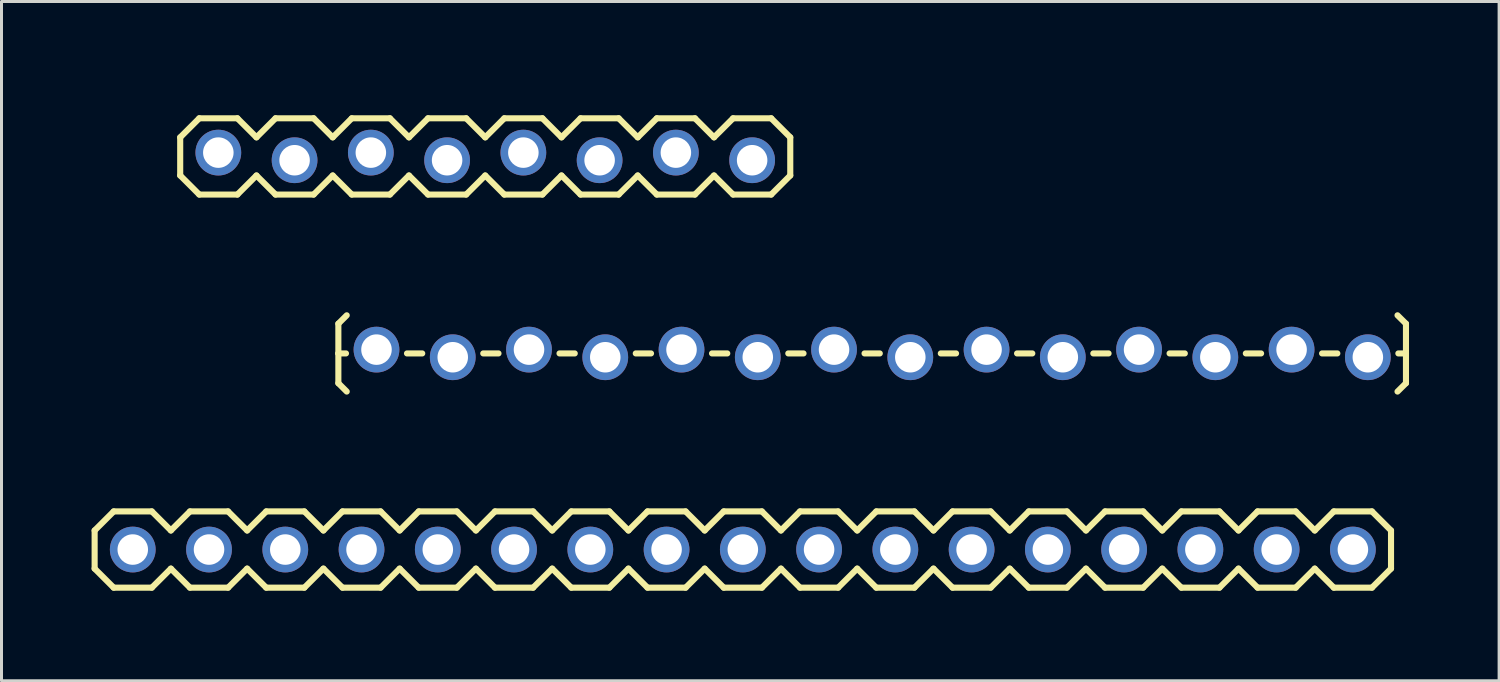
<source format=kicad_pcb>
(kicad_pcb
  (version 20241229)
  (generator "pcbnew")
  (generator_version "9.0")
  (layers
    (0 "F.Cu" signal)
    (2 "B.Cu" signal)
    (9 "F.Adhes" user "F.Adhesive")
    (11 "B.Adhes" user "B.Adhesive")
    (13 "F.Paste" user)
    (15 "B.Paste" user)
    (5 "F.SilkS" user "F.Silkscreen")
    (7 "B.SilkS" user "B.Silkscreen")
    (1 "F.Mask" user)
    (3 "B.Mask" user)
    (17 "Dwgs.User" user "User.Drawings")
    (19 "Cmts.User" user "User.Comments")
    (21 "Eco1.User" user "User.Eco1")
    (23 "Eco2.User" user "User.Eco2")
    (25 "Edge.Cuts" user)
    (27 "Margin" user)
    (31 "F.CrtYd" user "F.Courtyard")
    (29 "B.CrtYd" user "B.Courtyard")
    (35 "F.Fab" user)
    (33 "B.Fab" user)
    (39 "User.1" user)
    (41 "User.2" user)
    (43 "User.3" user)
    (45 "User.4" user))
  (footprint "1X08_LOCK"
    (layer "F.Cu")
    (at 4.222 2.16)
    (property "Reference" "1X08_LOCK" (at 1.194 -1.194 0) (layer "Eco1.User") (effects (font (size 1.27 1.27) (thickness 0.127))))
    (attr through_hole)
    (fp_line (start -1.27 -0.635) (end -1.27 0.635) (stroke (width 0.203) (type solid)) (layer "F.SilkS"))
    (fp_line (start -1.27 0.635) (end -0.635 1.27) (stroke (width 0.203) (type solid)) (layer "F.SilkS"))
    (fp_line (start -0.635 -1.27) (end -1.27 -0.635) (stroke (width 0.203) (type solid)) (layer "F.SilkS"))
    (fp_line (start -0.635 -1.27) (end 0.635 -1.27) (stroke (width 0.203) (type solid)) (layer "F.SilkS"))
    (fp_line (start 0.635 -1.27) (end 1.27 -0.635) (stroke (width 0.203) (type solid)) (layer "F.SilkS"))
    (fp_line (start 0.635 1.27) (end -0.635 1.27) (stroke (width 0.203) (type solid)) (layer "F.SilkS"))
    (fp_line (start 1.27 -0.635) (end 1.905 -1.27) (stroke (width 0.203) (type solid)) (layer "F.SilkS"))
    (fp_line (start 1.27 0.635) (end 0.635 1.27) (stroke (width 0.203) (type solid)) (layer "F.SilkS"))
    (fp_line (start 1.905 -1.27) (end 3.175 -1.27) (stroke (width 0.203) (type solid)) (layer "F.SilkS"))
    (fp_line (start 1.905 1.27) (end 1.27 0.635) (stroke (width 0.203) (type solid)) (layer "F.SilkS"))
    (fp_line (start 3.175 -1.27) (end 3.81 -0.635) (stroke (width 0.203) (type solid)) (layer "F.SilkS"))
    (fp_line (start 3.175 1.27) (end 1.905 1.27) (stroke (width 0.203) (type solid)) (layer "F.SilkS"))
    (fp_line (start 3.81 -0.635) (end 4.445 -1.27) (stroke (width 0.203) (type solid)) (layer "F.SilkS"))
    (fp_line (start 3.81 0.635) (end 3.175 1.27) (stroke (width 0.203) (type solid)) (layer "F.SilkS"))
    (fp_line (start 4.445 -1.27) (end 5.715 -1.27) (stroke (width 0.203) (type solid)) (layer "F.SilkS"))
    (fp_line (start 4.445 1.27) (end 3.81 0.635) (stroke (width 0.203) (type solid)) (layer "F.SilkS"))
    (fp_line (start 5.715 -1.27) (end 6.35 -0.635) (stroke (width 0.203) (type solid)) (layer "F.SilkS"))
    (fp_line (start 5.715 1.27) (end 4.445 1.27) (stroke (width 0.203) (type solid)) (layer "F.SilkS"))
    (fp_line (start 6.35 0.635) (end 5.715 1.27) (stroke (width 0.203) (type solid)) (layer "F.SilkS"))
    (fp_line (start 6.35 0.635) (end 6.985 1.27) (stroke (width 0.203) (type solid)) (layer "F.SilkS"))
    (fp_line (start 6.985 -1.27) (end 6.35 -0.635) (stroke (width 0.203) (type solid)) (layer "F.SilkS"))
    (fp_line (start 6.985 -1.27) (end 8.255 -1.27) (stroke (width 0.203) (type solid)) (layer "F.SilkS"))
    (fp_line (start 8.255 -1.27) (end 8.89 -0.635) (stroke (width 0.203) (type solid)) (layer "F.SilkS"))
    (fp_line (start 8.255 1.27) (end 6.985 1.27) (stroke (width 0.203) (type solid)) (layer "F.SilkS"))
    (fp_line (start 8.89 -0.635) (end 9.525 -1.27) (stroke (width 0.203) (type solid)) (layer "F.SilkS"))
    (fp_line (start 8.89 0.635) (end 8.255 1.27) (stroke (width 0.203) (type solid)) (layer "F.SilkS"))
    (fp_line (start 9.525 -1.27) (end 10.795 -1.27) (stroke (width 0.203) (type solid)) (layer "F.SilkS"))
    (fp_line (start 9.525 1.27) (end 8.89 0.635) (stroke (width 0.203) (type solid)) (layer "F.SilkS"))
    (fp_line (start 10.795 -1.27) (end 11.43 -0.635) (stroke (width 0.203) (type solid)) (layer "F.SilkS"))
    (fp_line (start 10.795 1.27) (end 9.525 1.27) (stroke (width 0.203) (type solid)) (layer "F.SilkS"))
    (fp_line (start 11.43 -0.635) (end 12.065 -1.27) (stroke (width 0.203) (type solid)) (layer "F.SilkS"))
    (fp_line (start 11.43 0.635) (end 10.795 1.27) (stroke (width 0.203) (type solid)) (layer "F.SilkS"))
    (fp_line (start 12.065 -1.27) (end 13.335 -1.27) (stroke (width 0.203) (type solid)) (layer "F.SilkS"))
    (fp_line (start 12.065 1.27) (end 11.43 0.635) (stroke (width 0.203) (type solid)) (layer "F.SilkS"))
    (fp_line (start 13.335 -1.27) (end 13.97 -0.635) (stroke (width 0.203) (type solid)) (layer "F.SilkS"))
    (fp_line (start 13.335 1.27) (end 12.065 1.27) (stroke (width 0.203) (type solid)) (layer "F.SilkS"))
    (fp_line (start 13.97 0.635) (end 13.335 1.27) (stroke (width 0.203) (type solid)) (layer "F.SilkS"))
    (fp_line (start 13.97 0.635) (end 14.605 1.27) (stroke (width 0.203) (type solid)) (layer "F.SilkS"))
    (fp_line (start 14.605 -1.27) (end 13.97 -0.635) (stroke (width 0.203) (type solid)) (layer "F.SilkS"))
    (fp_line (start 14.605 -1.27) (end 15.875 -1.27) (stroke (width 0.203) (type solid)) (layer "F.SilkS"))
    (fp_line (start 15.875 -1.27) (end 16.51 -0.635) (stroke (width 0.203) (type solid)) (layer "F.SilkS"))
    (fp_line (start 15.875 1.27) (end 14.605 1.27) (stroke (width 0.203) (type solid)) (layer "F.SilkS"))
    (fp_line (start 16.51 0.635) (end 15.875 1.27) (stroke (width 0.203) (type solid)) (layer "F.SilkS"))
    (fp_line (start 16.51 0.635) (end 17.145 1.27) (stroke (width 0.203) (type solid)) (layer "F.SilkS"))
    (fp_line (start 17.145 -1.27) (end 16.51 -0.635) (stroke (width 0.203) (type solid)) (layer "F.SilkS"))
    (fp_line (start 17.145 -1.27) (end 18.415 -1.27) (stroke (width 0.203) (type solid)) (layer "F.SilkS"))
    (fp_line (start 18.415 -1.27) (end 19.05 -0.635) (stroke (width 0.203) (type solid)) (layer "F.SilkS"))
    (fp_line (start 18.415 1.27) (end 17.145 1.27) (stroke (width 0.203) (type solid)) (layer "F.SilkS"))
    (fp_line (start 19.05 -0.635) (end 19.05 0.635) (stroke (width 0.203) (type solid)) (layer "F.SilkS"))
    (fp_line (start 19.05 0.635) (end 18.415 1.27) (stroke (width 0.203) (type solid)) (layer "F.SilkS"))
    (pad "1" thru_hole oval (at 0 -0.127 90) (size 1.524 1.524) (drill 1.016) (layers "*.Cu" "*.Mask"))
    (pad "2" thru_hole oval (at 2.54 0.127 90) (size 1.524 1.524) (drill 1.016) (layers "*.Cu" "*.Mask"))
    (pad "3" thru_hole oval (at 5.08 -0.127 90) (size 1.524 1.524) (drill 1.016) (layers "*.Cu" "*.Mask"))
    (pad "4" thru_hole oval (at 7.62 0.127 90) (size 1.524 1.524) (drill 1.016) (layers "*.Cu" "*.Mask"))
    (pad "5" thru_hole oval (at 10.16 -0.127 90) (size 1.524 1.524) (drill 1.016) (layers "*.Cu" "*.Mask"))
    (pad "6" thru_hole oval (at 12.7 0.127 90) (size 1.524 1.524) (drill 1.016) (layers "*.Cu" "*.Mask"))
    (pad "7" thru_hole oval (at 15.24 -0.127 90) (size 1.524 1.524) (drill 1.016) (layers "*.Cu" "*.Mask"))
    (pad "8" thru_hole oval (at 17.78 0.127 90) (size 1.524 1.524) (drill 1.016) (layers "*.Cu" "*.Mask")))
  (footprint "1X14_LOCK_LONGPADS"
    (layer "F.Cu")
    (at 9.49 8.722)
    (property "Reference" "1X14_LOCK_LONGPADS" (at 1.27 -1.27 0) (layer "Eco1.User") (effects (font (size 1.27 1.27) (thickness 0.102))))
    (attr through_hole)
    (fp_line (start -1.27 -0.991) (end -0.991 -1.27) (stroke (width 0.203) (type solid)) (layer "F.SilkS"))
    (fp_line (start -1.27 0) (end -1.27 -0.991) (stroke (width 0.203) (type solid)) (layer "F.SilkS"))
    (fp_line (start -1.27 0) (end -1.27 0.991) (stroke (width 0.203) (type solid)) (layer "F.SilkS"))
    (fp_line (start -1.27 0) (end -1.016 0) (stroke (width 0.203) (type solid)) (layer "F.SilkS"))
    (fp_line (start -1.27 0.991) (end -0.991 1.27) (stroke (width 0.203) (type solid)) (layer "F.SilkS"))
    (fp_line (start 1.524 0) (end 1.016 0) (stroke (width 0.203) (type solid)) (layer "F.SilkS"))
    (fp_line (start 4.064 0) (end 3.556 0) (stroke (width 0.203) (type solid)) (layer "F.SilkS"))
    (fp_line (start 6.604 0) (end 6.096 0) (stroke (width 0.203) (type solid)) (layer "F.SilkS"))
    (fp_line (start 9.144 0) (end 8.636 0) (stroke (width 0.203) (type solid)) (layer "F.SilkS"))
    (fp_line (start 11.684 0) (end 11.176 0) (stroke (width 0.203) (type solid)) (layer "F.SilkS"))
    (fp_line (start 14.224 0) (end 13.716 0) (stroke (width 0.203) (type solid)) (layer "F.SilkS"))
    (fp_line (start 16.764 0) (end 16.256 0) (stroke (width 0.203) (type solid)) (layer "F.SilkS"))
    (fp_line (start 19.304 0) (end 18.796 0) (stroke (width 0.203) (type solid)) (layer "F.SilkS"))
    (fp_line (start 21.844 0) (end 21.336 0) (stroke (width 0.203) (type solid)) (layer "F.SilkS"))
    (fp_line (start 24.384 0) (end 23.876 0) (stroke (width 0.203) (type solid)) (layer "F.SilkS"))
    (fp_line (start 26.924 0) (end 26.416 0) (stroke (width 0.203) (type solid)) (layer "F.SilkS"))
    (fp_line (start 29.464 0) (end 28.956 0) (stroke (width 0.203) (type solid)) (layer "F.SilkS"))
    (fp_line (start 32.004 0) (end 31.496 0) (stroke (width 0.203) (type solid)) (layer "F.SilkS"))
    (fp_line (start 34.29 -0.991) (end 34.008 -1.27) (stroke (width 0.203) (type solid)) (layer "F.SilkS"))
    (fp_line (start 34.29 0) (end 34.036 0) (stroke (width 0.203) (type solid)) (layer "F.SilkS"))
    (fp_line (start 34.29 0) (end 34.29 -0.991) (stroke (width 0.203) (type solid)) (layer "F.SilkS"))
    (fp_line (start 34.29 0) (end 34.29 0.991) (stroke (width 0.203) (type solid)) (layer "F.SilkS"))
    (fp_line (start 34.29 0.991) (end 34.008 1.27) (stroke (width 0.203) (type solid)) (layer "F.SilkS"))
    (pad "1" thru_hole oval (at 0 -0.127 90) (size 1.524 1.524) (drill 1.016) (layers "*.Cu" "*.Mask"))
    (pad "2" thru_hole oval (at 2.54 0.127 90) (size 1.524 1.524) (drill 1.016) (layers "*.Cu" "*.Mask"))
    (pad "3" thru_hole oval (at 5.08 -0.127 90) (size 1.524 1.524) (drill 1.016) (layers "*.Cu" "*.Mask"))
    (pad "4" thru_hole oval (at 7.62 0.127 90) (size 1.524 1.524) (drill 1.016) (layers "*.Cu" "*.Mask"))
    (pad "5" thru_hole oval (at 10.16 -0.127 90) (size 1.524 1.524) (drill 1.016) (layers "*.Cu" "*.Mask"))
    (pad "6" thru_hole oval (at 12.7 0.127 90) (size 1.524 1.524) (drill 1.016) (layers "*.Cu" "*.Mask"))
    (pad "7" thru_hole oval (at 15.24 -0.127 90) (size 1.524 1.524) (drill 1.016) (layers "*.Cu" "*.Mask"))
    (pad "8" thru_hole oval (at 17.78 0.127 90) (size 1.524 1.524) (drill 1.016) (layers "*.Cu" "*.Mask"))
    (pad "9" thru_hole oval (at 20.32 -0.127 90) (size 1.524 1.524) (drill 1.016) (layers "*.Cu" "*.Mask"))
    (pad "10" thru_hole oval (at 22.86 0.127 90) (size 1.524 1.524) (drill 1.016) (layers "*.Cu" "*.Mask"))
    (pad "11" thru_hole oval (at 25.4 -0.127 90) (size 1.524 1.524) (drill 1.016) (layers "*.Cu" "*.Mask"))
    (pad "12" thru_hole oval (at 27.94 0.127 90) (size 1.524 1.524) (drill 1.016) (layers "*.Cu" "*.Mask"))
    (pad "13" thru_hole oval (at 30.48 -0.127 90) (size 1.524 1.524) (drill 1.016) (layers "*.Cu" "*.Mask"))
    (pad "14" thru_hole oval (at 33.02 0.127 90) (size 1.524 1.524) (drill 1.016) (layers "*.Cu" "*.Mask")))
  (footprint "1X17"
    (layer "F.Cu")
    (at 1.372 15.254)
    (property "Reference" "1X17" (at 1.194 -1.194 0) (layer "Eco1.User") (effects (font (size 1.27 1.27) (thickness 0.127))))
    (attr through_hole)
    (fp_line (start -1.27 -0.635) (end -1.27 0.635) (stroke (width 0.203) (type solid)) (layer "F.SilkS"))
    (fp_line (start -1.27 0.635) (end -0.635 1.27) (stroke (width 0.203) (type solid)) (layer "F.SilkS"))
    (fp_line (start -0.635 -1.27) (end -1.27 -0.635) (stroke (width 0.203) (type solid)) (layer "F.SilkS"))
    (fp_line (start -0.635 -1.27) (end 0.635 -1.27) (stroke (width 0.203) (type solid)) (layer "F.SilkS"))
    (fp_line (start 0.635 -1.27) (end 1.27 -0.635) (stroke (width 0.203) (type solid)) (layer "F.SilkS"))
    (fp_line (start 0.635 1.27) (end -0.635 1.27) (stroke (width 0.203) (type solid)) (layer "F.SilkS"))
    (fp_line (start 1.27 -0.635) (end 1.905 -1.27) (stroke (width 0.203) (type solid)) (layer "F.SilkS"))
    (fp_line (start 1.27 0.635) (end 0.635 1.27) (stroke (width 0.203) (type solid)) (layer "F.SilkS"))
    (fp_line (start 1.905 -1.27) (end 3.175 -1.27) (stroke (width 0.203) (type solid)) (layer "F.SilkS"))
    (fp_line (start 1.905 1.27) (end 1.27 0.635) (stroke (width 0.203) (type solid)) (layer "F.SilkS"))
    (fp_line (start 3.175 -1.27) (end 3.81 -0.635) (stroke (width 0.203) (type solid)) (layer "F.SilkS"))
    (fp_line (start 3.175 1.27) (end 1.905 1.27) (stroke (width 0.203) (type solid)) (layer "F.SilkS"))
    (fp_line (start 3.81 -0.635) (end 4.445 -1.27) (stroke (width 0.203) (type solid)) (layer "F.SilkS"))
    (fp_line (start 3.81 0.635) (end 3.175 1.27) (stroke (width 0.203) (type solid)) (layer "F.SilkS"))
    (fp_line (start 4.445 -1.27) (end 5.715 -1.27) (stroke (width 0.203) (type solid)) (layer "F.SilkS"))
    (fp_line (start 4.445 1.27) (end 3.81 0.635) (stroke (width 0.203) (type solid)) (layer "F.SilkS"))
    (fp_line (start 5.715 -1.27) (end 6.35 -0.635) (stroke (width 0.203) (type solid)) (layer "F.SilkS"))
    (fp_line (start 5.715 1.27) (end 4.445 1.27) (stroke (width 0.203) (type solid)) (layer "F.SilkS"))
    (fp_line (start 6.35 0.635) (end 5.715 1.27) (stroke (width 0.203) (type solid)) (layer "F.SilkS"))
    (fp_line (start 6.35 0.635) (end 6.985 1.27) (stroke (width 0.203) (type solid)) (layer "F.SilkS"))
    (fp_line (start 6.985 -1.27) (end 6.35 -0.635) (stroke (width 0.203) (type solid)) (layer "F.SilkS"))
    (fp_line (start 6.985 -1.27) (end 8.255 -1.27) (stroke (width 0.203) (type solid)) (layer "F.SilkS"))
    (fp_line (start 8.255 -1.27) (end 8.89 -0.635) (stroke (width 0.203) (type solid)) (layer "F.SilkS"))
    (fp_line (start 8.255 1.27) (end 6.985 1.27) (stroke (width 0.203) (type solid)) (layer "F.SilkS"))
    (fp_line (start 8.89 -0.635) (end 9.525 -1.27) (stroke (width 0.203) (type solid)) (layer "F.SilkS"))
    (fp_line (start 8.89 0.635) (end 8.255 1.27) (stroke (width 0.203) (type solid)) (layer "F.SilkS"))
    (fp_line (start 9.525 -1.27) (end 10.795 -1.27) (stroke (width 0.203) (type solid)) (layer "F.SilkS"))
    (fp_line (start 9.525 1.27) (end 8.89 0.635) (stroke (width 0.203) (type solid)) (layer "F.SilkS"))
    (fp_line (start 10.795 -1.27) (end 11.43 -0.635) (stroke (width 0.203) (type solid)) (layer "F.SilkS"))
    (fp_line (start 10.795 1.27) (end 9.525 1.27) (stroke (width 0.203) (type solid)) (layer "F.SilkS"))
    (fp_line (start 11.43 -0.635) (end 12.065 -1.27) (stroke (width 0.203) (type solid)) (layer "F.SilkS"))
    (fp_line (start 11.43 0.635) (end 10.795 1.27) (stroke (width 0.203) (type solid)) (layer "F.SilkS"))
    (fp_line (start 12.065 -1.27) (end 13.335 -1.27) (stroke (width 0.203) (type solid)) (layer "F.SilkS"))
    (fp_line (start 12.065 1.27) (end 11.43 0.635) (stroke (width 0.203) (type solid)) (layer "F.SilkS"))
    (fp_line (start 13.335 -1.27) (end 13.97 -0.635) (stroke (width 0.203) (type solid)) (layer "F.SilkS"))
    (fp_line (start 13.335 1.27) (end 12.065 1.27) (stroke (width 0.203) (type solid)) (layer "F.SilkS"))
    (fp_line (start 13.97 0.635) (end 13.335 1.27) (stroke (width 0.203) (type solid)) (layer "F.SilkS"))
    (fp_line (start 13.97 0.635) (end 14.605 1.27) (stroke (width 0.203) (type solid)) (layer "F.SilkS"))
    (fp_line (start 14.605 -1.27) (end 13.97 -0.635) (stroke (width 0.203) (type solid)) (layer "F.SilkS"))
    (fp_line (start 14.605 -1.27) (end 15.875 -1.27) (stroke (width 0.203) (type solid)) (layer "F.SilkS"))
    (fp_line (start 15.875 -1.27) (end 16.51 -0.635) (stroke (width 0.203) (type solid)) (layer "F.SilkS"))
    (fp_line (start 15.875 1.27) (end 14.605 1.27) (stroke (width 0.203) (type solid)) (layer "F.SilkS"))
    (fp_line (start 16.51 0.635) (end 15.875 1.27) (stroke (width 0.203) (type solid)) (layer "F.SilkS"))
    (fp_line (start 16.51 0.635) (end 17.145 1.27) (stroke (width 0.203) (type solid)) (layer "F.SilkS"))
    (fp_line (start 17.145 -1.27) (end 16.51 -0.635) (stroke (width 0.203) (type solid)) (layer "F.SilkS"))
    (fp_line (start 17.145 -1.27) (end 18.415 -1.27) (stroke (width 0.203) (type solid)) (layer "F.SilkS"))
    (fp_line (start 18.415 -1.27) (end 19.05 -0.635) (stroke (width 0.203) (type solid)) (layer "F.SilkS"))
    (fp_line (start 18.415 1.27) (end 17.145 1.27) (stroke (width 0.203) (type solid)) (layer "F.SilkS"))
    (fp_line (start 19.05 -0.635) (end 19.685 -1.27) (stroke (width 0.203) (type solid)) (layer "F.SilkS"))
    (fp_line (start 19.05 0.635) (end 18.415 1.27) (stroke (width 0.203) (type solid)) (layer "F.SilkS"))
    (fp_line (start 19.685 -1.27) (end 20.955 -1.27) (stroke (width 0.203) (type solid)) (layer "F.SilkS"))
    (fp_line (start 19.685 1.27) (end 19.05 0.635) (stroke (width 0.203) (type solid)) (layer "F.SilkS"))
    (fp_line (start 20.955 -1.27) (end 21.59 -0.635) (stroke (width 0.203) (type solid)) (layer "F.SilkS"))
    (fp_line (start 20.955 1.27) (end 19.685 1.27) (stroke (width 0.203) (type solid)) (layer "F.SilkS"))
    (fp_line (start 21.59 -0.635) (end 22.225 -1.27) (stroke (width 0.203) (type solid)) (layer "F.SilkS"))
    (fp_line (start 21.59 0.635) (end 20.955 1.27) (stroke (width 0.203) (type solid)) (layer "F.SilkS"))
    (fp_line (start 22.225 -1.27) (end 23.495 -1.27) (stroke (width 0.203) (type solid)) (layer "F.SilkS"))
    (fp_line (start 22.225 1.27) (end 21.59 0.635) (stroke (width 0.203) (type solid)) (layer "F.SilkS"))
    (fp_line (start 23.495 -1.27) (end 24.13 -0.635) (stroke (width 0.203) (type solid)) (layer "F.SilkS"))
    (fp_line (start 23.495 1.27) (end 22.225 1.27) (stroke (width 0.203) (type solid)) (layer "F.SilkS"))
    (fp_line (start 24.13 0.635) (end 23.495 1.27) (stroke (width 0.203) (type solid)) (layer "F.SilkS"))
    (fp_line (start 24.13 0.635) (end 24.765 1.27) (stroke (width 0.203) (type solid)) (layer "F.SilkS"))
    (fp_line (start 24.765 -1.27) (end 24.13 -0.635) (stroke (width 0.203) (type solid)) (layer "F.SilkS"))
    (fp_line (start 24.765 -1.27) (end 26.035 -1.27) (stroke (width 0.203) (type solid)) (layer "F.SilkS"))
    (fp_line (start 26.035 -1.27) (end 26.67 -0.635) (stroke (width 0.203) (type solid)) (layer "F.SilkS"))
    (fp_line (start 26.035 1.27) (end 24.765 1.27) (stroke (width 0.203) (type solid)) (layer "F.SilkS"))
    (fp_line (start 26.67 -0.635) (end 27.305 -1.27) (stroke (width 0.203) (type solid)) (layer "F.SilkS"))
    (fp_line (start 26.67 0.635) (end 26.035 1.27) (stroke (width 0.203) (type solid)) (layer "F.SilkS"))
    (fp_line (start 27.305 -1.27) (end 28.575 -1.27) (stroke (width 0.203) (type solid)) (layer "F.SilkS"))
    (fp_line (start 27.305 1.27) (end 26.67 0.635) (stroke (width 0.203) (type solid)) (layer "F.SilkS"))
    (fp_line (start 28.575 -1.27) (end 29.21 -0.635) (stroke (width 0.203) (type solid)) (layer "F.SilkS"))
    (fp_line (start 28.575 1.27) (end 27.305 1.27) (stroke (width 0.203) (type solid)) (layer "F.SilkS"))
    (fp_line (start 29.21 -0.635) (end 29.845 -1.27) (stroke (width 0.203) (type solid)) (layer "F.SilkS"))
    (fp_line (start 29.21 0.635) (end 28.575 1.27) (stroke (width 0.203) (type solid)) (layer "F.SilkS"))
    (fp_line (start 29.845 -1.27) (end 31.115 -1.27) (stroke (width 0.203) (type solid)) (layer "F.SilkS"))
    (fp_line (start 29.845 1.27) (end 29.21 0.635) (stroke (width 0.203) (type solid)) (layer "F.SilkS"))
    (fp_line (start 31.115 -1.27) (end 31.75 -0.635) (stroke (width 0.203) (type solid)) (layer "F.SilkS"))
    (fp_line (start 31.115 1.27) (end 29.845 1.27) (stroke (width 0.203) (type solid)) (layer "F.SilkS"))
    (fp_line (start 31.75 0.635) (end 31.115 1.27) (stroke (width 0.203) (type solid)) (layer "F.SilkS"))
    (fp_line (start 31.75 0.635) (end 32.385 1.27) (stroke (width 0.203) (type solid)) (layer "F.SilkS"))
    (fp_line (start 32.385 -1.27) (end 31.75 -0.635) (stroke (width 0.203) (type solid)) (layer "F.SilkS"))
    (fp_line (start 32.385 -1.27) (end 33.655 -1.27) (stroke (width 0.203) (type solid)) (layer "F.SilkS"))
    (fp_line (start 33.655 -1.27) (end 34.29 -0.635) (stroke (width 0.203) (type solid)) (layer "F.SilkS"))
    (fp_line (start 33.655 1.27) (end 32.385 1.27) (stroke (width 0.203) (type solid)) (layer "F.SilkS"))
    (fp_line (start 34.29 0.635) (end 33.655 1.27) (stroke (width 0.203) (type solid)) (layer "F.SilkS"))
    (fp_line (start 34.29 0.635) (end 34.925 1.27) (stroke (width 0.203) (type solid)) (layer "F.SilkS"))
    (fp_line (start 34.925 -1.27) (end 34.29 -0.635) (stroke (width 0.203) (type solid)) (layer "F.SilkS"))
    (fp_line (start 34.925 -1.27) (end 36.195 -1.27) (stroke (width 0.203) (type solid)) (layer "F.SilkS"))
    (fp_line (start 36.195 -1.27) (end 36.83 -0.635) (stroke (width 0.203) (type solid)) (layer "F.SilkS"))
    (fp_line (start 36.195 1.27) (end 34.925 1.27) (stroke (width 0.203) (type solid)) (layer "F.SilkS"))
    (fp_line (start 36.83 0.635) (end 36.195 1.27) (stroke (width 0.203) (type solid)) (layer "F.SilkS"))
    (fp_line (start 36.83 0.635) (end 37.465 1.27) (stroke (width 0.203) (type solid)) (layer "F.SilkS"))
    (fp_line (start 37.465 -1.27) (end 36.83 -0.635) (stroke (width 0.203) (type solid)) (layer "F.SilkS"))
    (fp_line (start 37.465 -1.27) (end 38.735 -1.27) (stroke (width 0.203) (type solid)) (layer "F.SilkS"))
    (fp_line (start 38.735 -1.27) (end 39.37 -0.635) (stroke (width 0.203) (type solid)) (layer "F.SilkS"))
    (fp_line (start 38.735 1.27) (end 37.465 1.27) (stroke (width 0.203) (type solid)) (layer "F.SilkS"))
    (fp_line (start 39.37 0.635) (end 38.735 1.27) (stroke (width 0.203) (type solid)) (layer "F.SilkS"))
    (fp_line (start 39.37 0.635) (end 40.005 1.27) (stroke (width 0.203) (type solid)) (layer "F.SilkS"))
    (fp_line (start 40.005 -1.27) (end 39.37 -0.635) (stroke (width 0.203) (type solid)) (layer "F.SilkS"))
    (fp_line (start 40.005 -1.27) (end 41.275 -1.27) (stroke (width 0.203) (type solid)) (layer "F.SilkS"))
    (fp_line (start 41.275 -1.27) (end 41.91 -0.635) (stroke (width 0.203) (type solid)) (layer "F.SilkS"))
    (fp_line (start 41.275 1.27) (end 40.005 1.27) (stroke (width 0.203) (type solid)) (layer "F.SilkS"))
    (fp_line (start 41.91 -0.635) (end 41.91 0.635) (stroke (width 0.203) (type solid)) (layer "F.SilkS"))
    (fp_line (start 41.91 0.635) (end 41.275 1.27) (stroke (width 0.203) (type solid)) (layer "F.SilkS"))
    (pad "1" thru_hole oval (at 0 0 90) (size 1.524 1.524) (drill 1.016) (layers "*.Cu" "*.Mask"))
    (pad "2" thru_hole oval (at 2.54 0 90) (size 1.524 1.524) (drill 1.016) (layers "*.Cu" "*.Mask"))
    (pad "3" thru_hole oval (at 5.08 0 90) (size 1.524 1.524) (drill 1.016) (layers "*.Cu" "*.Mask"))
    (pad "4" thru_hole oval (at 7.62 0 90) (size 1.524 1.524) (drill 1.016) (layers "*.Cu" "*.Mask"))
    (pad "5" thru_hole oval (at 10.16 0 90) (size 1.524 1.524) (drill 1.016) (layers "*.Cu" "*.Mask"))
    (pad "6" thru_hole oval (at 12.7 0 90) (size 1.524 1.524) (drill 1.016) (layers "*.Cu" "*.Mask"))
    (pad "7" thru_hole oval (at 15.24 0 90) (size 1.524 1.524) (drill 1.016) (layers "*.Cu" "*.Mask"))
    (pad "8" thru_hole oval (at 17.78 0 90) (size 1.524 1.524) (drill 1.016) (layers "*.Cu" "*.Mask"))
    (pad "9" thru_hole oval (at 20.32 0 90) (size 1.524 1.524) (drill 1.016) (layers "*.Cu" "*.Mask"))
    (pad "10" thru_hole oval (at 22.86 0 90) (size 1.524 1.524) (drill 1.016) (layers "*.Cu" "*.Mask"))
    (pad "11" thru_hole oval (at 25.4 0 90) (size 1.524 1.524) (drill 1.016) (layers "*.Cu" "*.Mask"))
    (pad "12" thru_hole oval (at 27.94 0 90) (size 1.524 1.524) (drill 1.016) (layers "*.Cu" "*.Mask"))
    (pad "13" thru_hole oval (at 30.48 0 90) (size 1.524 1.524) (drill 1.016) (layers "*.Cu" "*.Mask"))
    (pad "14" thru_hole oval (at 33.02 0 90) (size 1.524 1.524) (drill 1.016) (layers "*.Cu" "*.Mask"))
    (pad "15" thru_hole oval (at 35.56 0 90) (size 1.524 1.524) (drill 1.016) (layers "*.Cu" "*.Mask"))
    (pad "16" thru_hole oval (at 38.1 0 90) (size 1.524 1.524) (drill 1.016) (layers "*.Cu" "*.Mask"))
    (pad "17" thru_hole oval (at 40.64 0 90) (size 1.524 1.524) (drill 1.016) (layers "*.Cu" "*.Mask")))
  (gr_rect
    (start -3 -3)
    (end 46.882 19.625)
    (stroke (width 0.1) (type default))
    (fill no)
    (layer "Edge.Cuts")))
</source>
